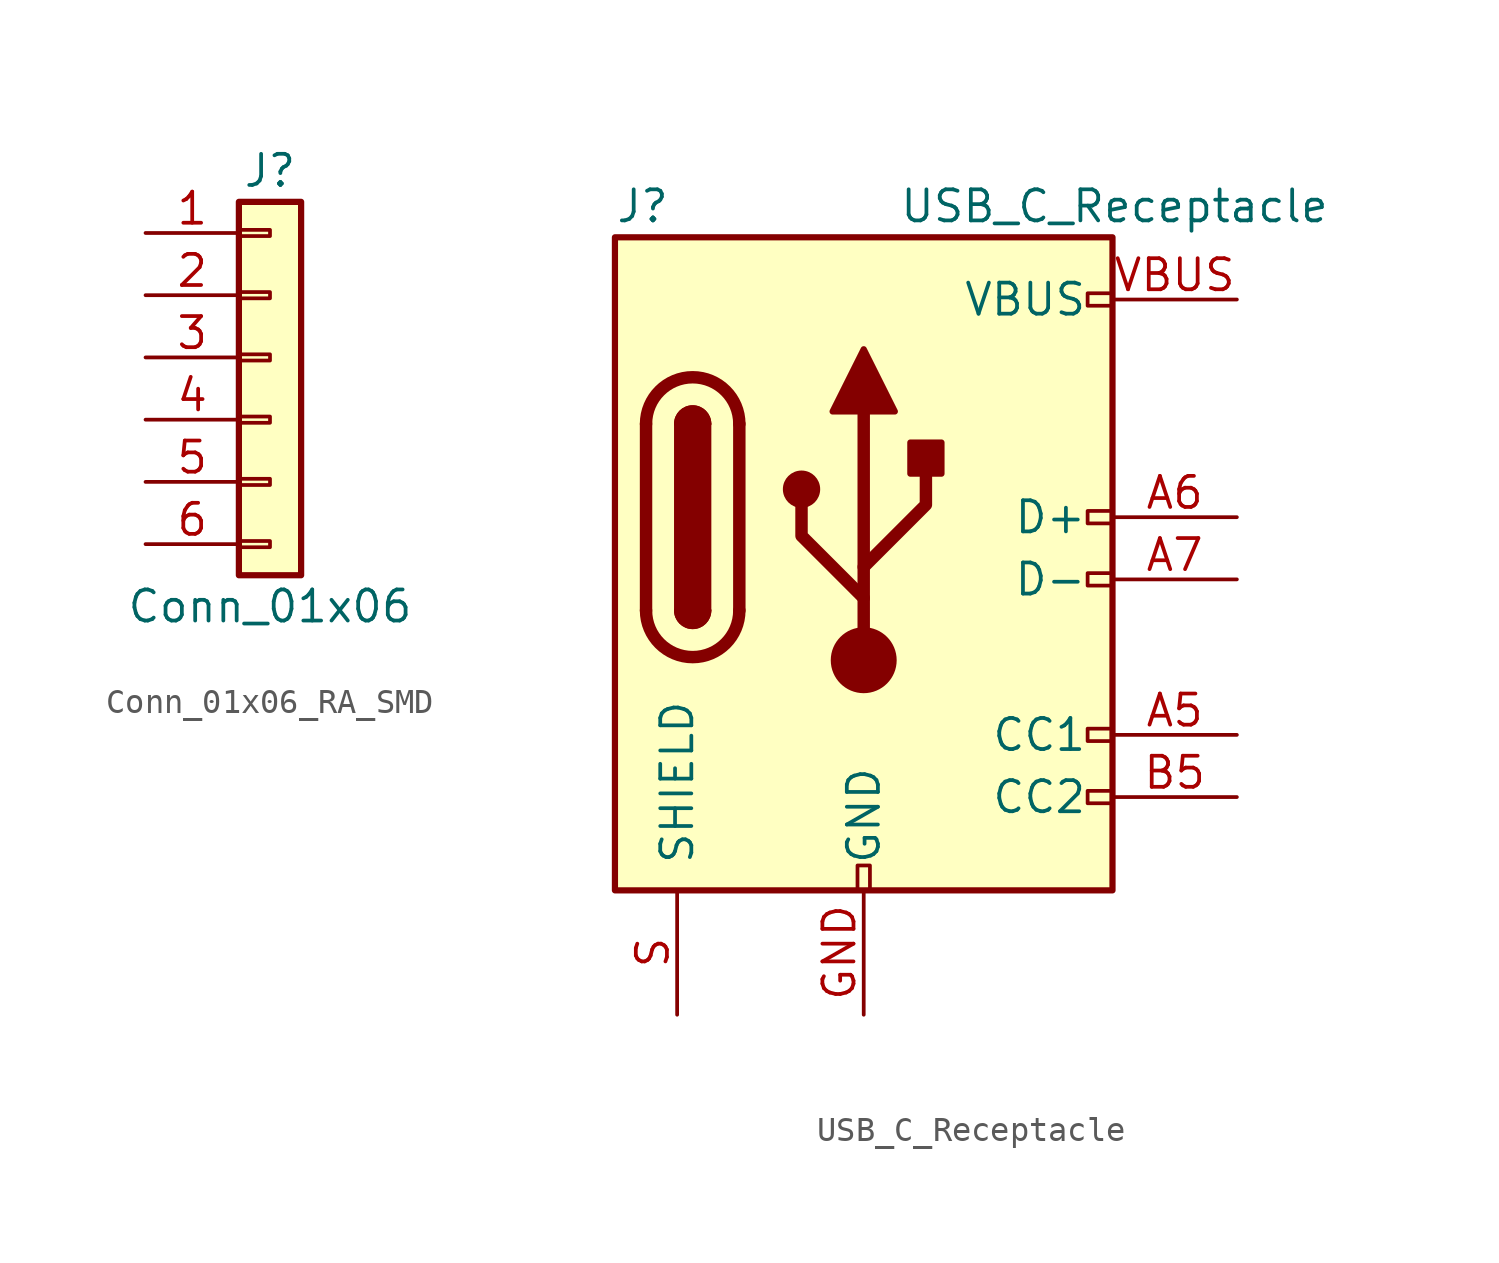
<source format=kicad_sym>
(kicad_symbol_lib
  (version 20231120)
  (generator "kicad_symbol_editor")
  (generator_version "8.0")
  (symbol "Conn_01x06_RA_SMD"
    (pin_names
      (offset 1.016) hide)
    (property "Reference" "J"
      (at 0 7.62 0)
      (effects (font (size 1.27 1.27))))
    (property "Value" "Conn_01x06"
      (at 0 -10.16 0)
      (effects (font (size 1.27 1.27))))
    (symbol "Conn_01x06_RA_SMD_1_1"
      (rectangle (start -1.27 -7.493) (end 0 -7.747) (stroke (width 0.152) (type default)) (fill (type none)))
      (rectangle (start -1.27 -4.953) (end 0 -5.207) (stroke (width 0.152) (type default)) (fill (type none)))
      (rectangle (start -1.27 -2.413) (end 0 -2.667) (stroke (width 0.152) (type default)) (fill (type none)))
      (rectangle (start -1.27 0.127) (end 0 -0.127) (stroke (width 0.152) (type default)) (fill (type none)))
      (rectangle (start -1.27 2.667) (end 0 2.413) (stroke (width 0.152) (type default)) (fill (type none)))
      (rectangle (start -1.27 5.207) (end 0 4.953) (stroke (width 0.152) (type default)) (fill (type none)))
      (rectangle (start -1.27 6.35) (end 1.27 -8.89) (stroke (width 0.254) (type default)) (fill (type background)))
      (pin passive line (at -5.08 5.08 0) (length 3.81) (name "Pin_1" (effects (font (size 1.27 1.27)))) (number "1" (effects (font (size 1.27 1.27)))))
      (pin passive line (at -5.08 2.54 0) (length 3.81) (name "Pin_2" (effects (font (size 1.27 1.27)))) (number "2" (effects (font (size 1.27 1.27)))))
      (pin passive line (at -5.08 0 0) (length 3.81) (name "Pin_3" (effects (font (size 1.27 1.27)))) (number "3" (effects (font (size 1.27 1.27)))))
      (pin passive line (at -5.08 -2.54 0) (length 3.81) (name "Pin_4" (effects (font (size 1.27 1.27)))) (number "4" (effects (font (size 1.27 1.27)))))
      (pin passive line (at -5.08 -5.08 0) (length 3.81) (name "Pin_5" (effects (font (size 1.27 1.27)))) (number "5" (effects (font (size 1.27 1.27)))))
      (pin passive line (at -5.08 -7.62 0) (length 3.81) (name "Pin_6" (effects (font (size 1.27 1.27)))) (number "6" (effects (font (size 1.27 1.27)))))))
  (symbol "USB_C_Receptacle"
    (pin_names
      (offset 1.016))
    (property "Reference" "J"
      (at -10.16 12.7 0)
      (effects (font (size 1.27 1.27)) (justify left)))
    (property "Value" "USB_C_Receptacle"
      (at 19.05 12.7 0)
      (effects (font (size 1.27 1.27)) (justify right)))
    (symbol "USB_C_Receptacle_0_0"
      (rectangle (start -0.254 -15.24) (end 0.254 -14.224) (stroke (width 0) (type default)) (fill (type none)))
      (rectangle (start 10.16 -11.176) (end 9.144 -11.684) (stroke (width 0) (type default)) (fill (type none)))
      (rectangle (start 10.16 -8.636) (end 9.144 -9.144) (stroke (width 0) (type default)) (fill (type none)))
      (rectangle (start 10.16 -2.286) (end 9.144 -2.794) (stroke (width 0) (type default)) (fill (type none)))
      (rectangle (start 10.16 0.254) (end 9.144 -0.254) (stroke (width 0) (type default)) (fill (type none)))
      (rectangle (start 10.16 9.144) (end 9.144 8.636) (stroke (width 0) (type default)) (fill (type none))))
    (symbol "USB_C_Receptacle_0_1"
      (rectangle (start -10.16 11.43) (end 10.16 -15.24) (stroke (width 0.254) (type default)) (fill (type background)))
      (arc (start -8.89 -3.81) (mid -6.985 -5.7067) (end -5.08 -3.81) (stroke (width 0.508) (type default)) (fill (type none)))
      (arc (start -7.62 -3.81) (mid -6.985 -4.4423) (end -6.35 -3.81) (stroke (width 0.254) (type default)) (fill (type none)))
      (arc (start -7.62 -3.81) (mid -6.985 -4.4423) (end -6.35 -3.81) (stroke (width 0.254) (type default)) (fill (type outline)))
      (rectangle (start -7.62 -3.81) (end -6.35 3.81) (stroke (width 0.254) (type default)) (fill (type outline)))
      (arc (start -6.35 3.81) (mid -6.985 4.4423) (end -7.62 3.81) (stroke (width 0.254) (type default)) (fill (type none)))
      (arc (start -6.35 3.81) (mid -6.985 4.4423) (end -7.62 3.81) (stroke (width 0.254) (type default)) (fill (type outline)))
      (arc (start -5.08 3.81) (mid -6.985 5.7067) (end -8.89 3.81) (stroke (width 0.508) (type default)) (fill (type none)))
      (circle (center -2.54 1.143) (radius 0.635) (stroke (width 0.254) (type default)) (fill (type outline)))
      (circle (center 0 -5.842) (radius 1.27) (stroke (width 0) (type default)) (fill (type outline)))
      (polyline (pts (xy -8.89 -3.81) (xy -8.89 3.81)) (stroke (width 0.508) (type default)) (fill (type none)))
      (polyline (pts (xy -5.08 3.81) (xy -5.08 -3.81)) (stroke (width 0.508) (type default)) (fill (type none)))
      (polyline (pts (xy 0 -5.842) (xy 0 4.318)) (stroke (width 0.508) (type default)) (fill (type none)))
      (polyline (pts (xy 0 -3.302) (xy -2.54 -0.762) (xy -2.54 0.508)) (stroke (width 0.508) (type default)) (fill (type none)))
      (polyline (pts (xy 0 -2.032) (xy 2.54 0.508) (xy 2.54 1.778)) (stroke (width 0.508) (type default)) (fill (type none)))
      (polyline (pts (xy -1.27 4.318) (xy 0 6.858) (xy 1.27 4.318) (xy -1.27 4.318)) (stroke (width 0.254) (type default)) (fill (type outline)))
      (rectangle (start 1.905 1.778) (end 3.175 3.048) (stroke (width 0.254) (type default)) (fill (type outline))))
    (symbol "USB_C_Receptacle_1_1"
      (pin bidirectional line (at 15.24 -8.89 180) (length 5.08) (name "CC1" (effects (font (size 1.27 1.27)))) (number "A5" (effects (font (size 1.27 1.27)))))
      (pin bidirectional line (at 15.24 0 180) (length 5.08) (name "D+" (effects (font (size 1.27 1.27)))) (number "A6" (effects (font (size 1.27 1.27)))))
      (pin bidirectional line (at 15.24 -2.54 180) (length 5.08) (name "D-" (effects (font (size 1.27 1.27)))) (number "A7" (effects (font (size 1.27 1.27)))))
      (pin no_connect line (at 3.81 -15.24 90) (length 5.08) hide (name "NC" (effects (font (size 1.27 1.27)))) (number "A8" (effects (font (size 1.27 1.27)))))
      (pin bidirectional line (at 15.24 -11.43 180) (length 5.08) (name "CC2" (effects (font (size 1.27 1.27)))) (number "B5" (effects (font (size 1.27 1.27)))))
      (pin bidirectional line (at 15.24 0 180) (length 5.08) hide (name "D+" (effects (font (size 1.27 1.27)))) (number "B6" (effects (font (size 1.27 1.27)))))
      (pin bidirectional line (at 15.24 -2.54 180) (length 5.08) hide (name "D-" (effects (font (size 1.27 1.27)))) (number "B7" (effects (font (size 1.27 1.27)))))
      (pin no_connect line (at 3.81 -15.24 90) (length 5.08) hide (name "NC" (effects (font (size 1.27 1.27)))) (number "B8" (effects (font (size 1.27 1.27)))))
      (pin passive line (at 0 -20.32 90) (length 5.08) (name "GND" (effects (font (size 1.27 1.27)))) (number "GND" (effects (font (size 1.27 1.27)))))
      (pin no_connect line (at -2.54 -15.24 90) (length 5.08) hide (name "NC" (effects (font (size 1.27 1.27)))) (number "NC1" (effects (font (size 1.27 1.27)))))
      (pin no_connect line (at -2.54 -15.24 90) (length 5.08) hide (name "NC" (effects (font (size 1.27 1.27)))) (number "NC2" (effects (font (size 1.27 1.27)))))
      (pin no_connect line (at -2.54 -15.24 90) (length 5.08) hide (name "NC" (effects (font (size 1.27 1.27)))) (number "NC3" (effects (font (size 1.27 1.27)))))
      (pin passive line (at -7.62 -20.32 90) (length 5.08) (name "SHIELD" (effects (font (size 1.27 1.27)))) (number "S" (effects (font (size 1.27 1.27)))))
      (pin passive line (at 15.24 8.89 180) (length 5.08) (name "VBUS" (effects (font (size 1.27 1.27)))) (number "VBUS" (effects (font (size 1.27 1.27))))))))
</source>
